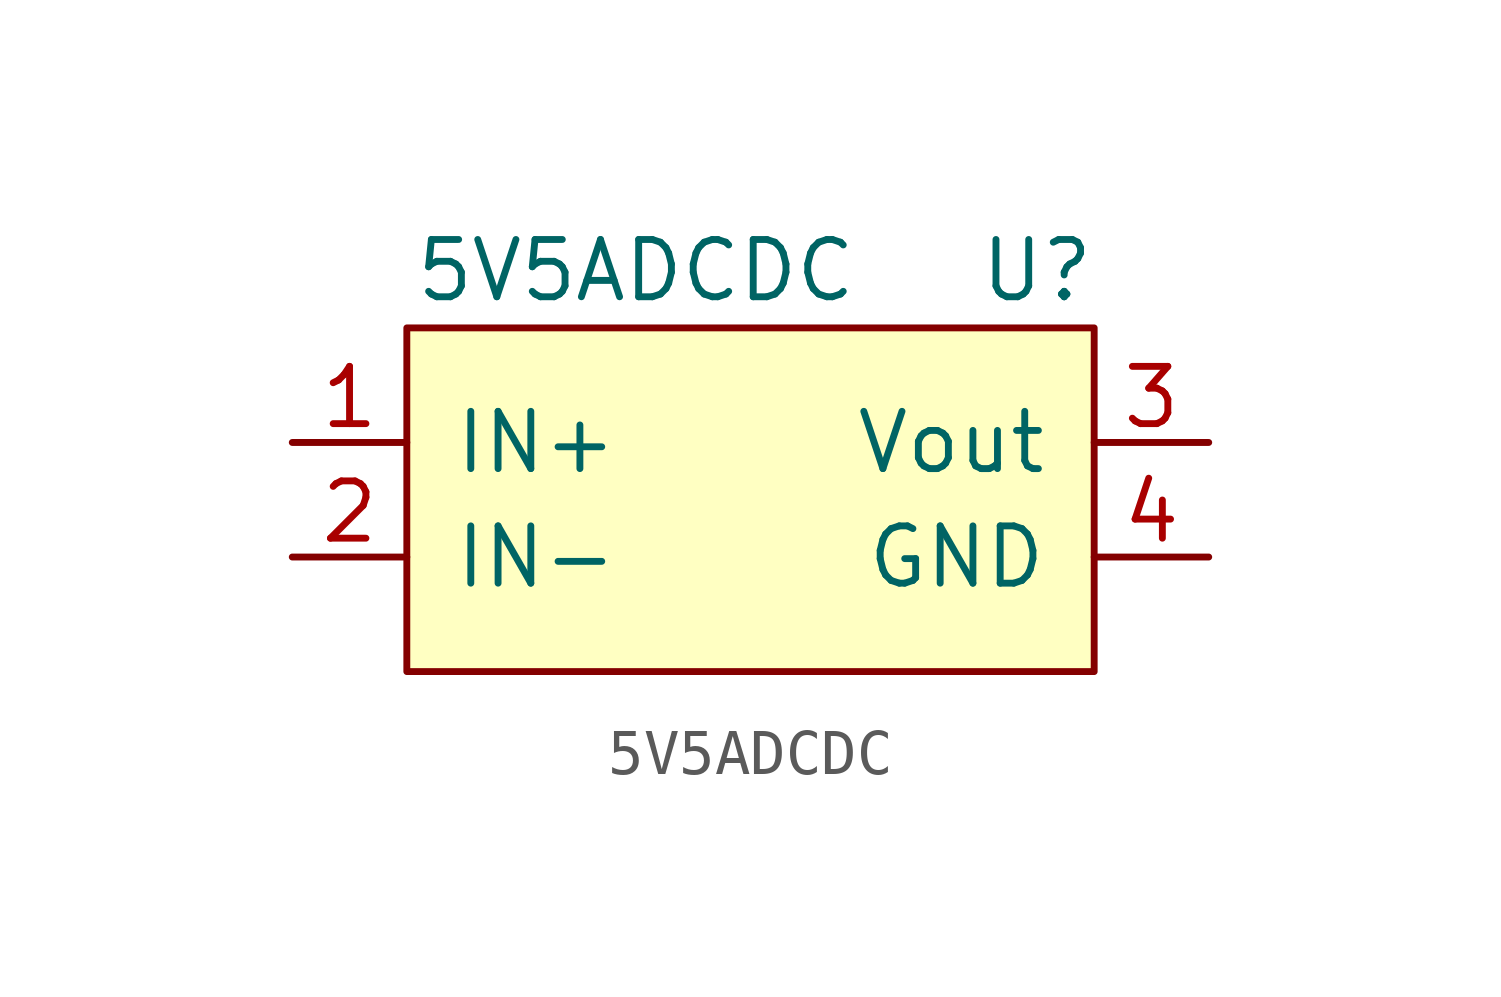
<source format=kicad_sym>
(kicad_symbol_lib
  (version 20211014)
  (generator kicad_symbol_editor)
  (symbol "5V5ADCDC"
    (pin_names
      (offset 1.016))
    (property "Reference" "U"
      (at 13.97 1.27 0)
      (effects (font (size 1.27 1.27))))
    (property "Value" "5V5ADCDC"
      (at 5.08 1.27 0)
      (effects (font (size 1.27 1.27))))
    (symbol "5V5ADCDC_0_1"
      (rectangle (start 0 0) (end 15.24 -7.62) (stroke (width 0) (type default) (color 0 0 0 0)) (fill (type background))))
    (symbol "5V5ADCDC_1_1"
      (pin input line (at -2.54 -2.54 0) (length 2.54) (name "IN+" (effects (font (size 1.27 1.27)))) (number "1" (effects (font (size 1.27 1.27)))))
      (pin input line (at -2.54 -5.08 0) (length 2.54) (name "IN-" (effects (font (size 1.27 1.27)))) (number "2" (effects (font (size 1.27 1.27)))))
      (pin input line (at 17.78 -2.54 180) (length 2.54) (name "Vout" (effects (font (size 1.27 1.27)))) (number "3" (effects (font (size 1.27 1.27)))))
      (pin input line (at 17.78 -5.08 180) (length 2.54) (name "GND" (effects (font (size 1.27 1.27)))) (number "4" (effects (font (size 1.27 1.27))))))))
</source>
